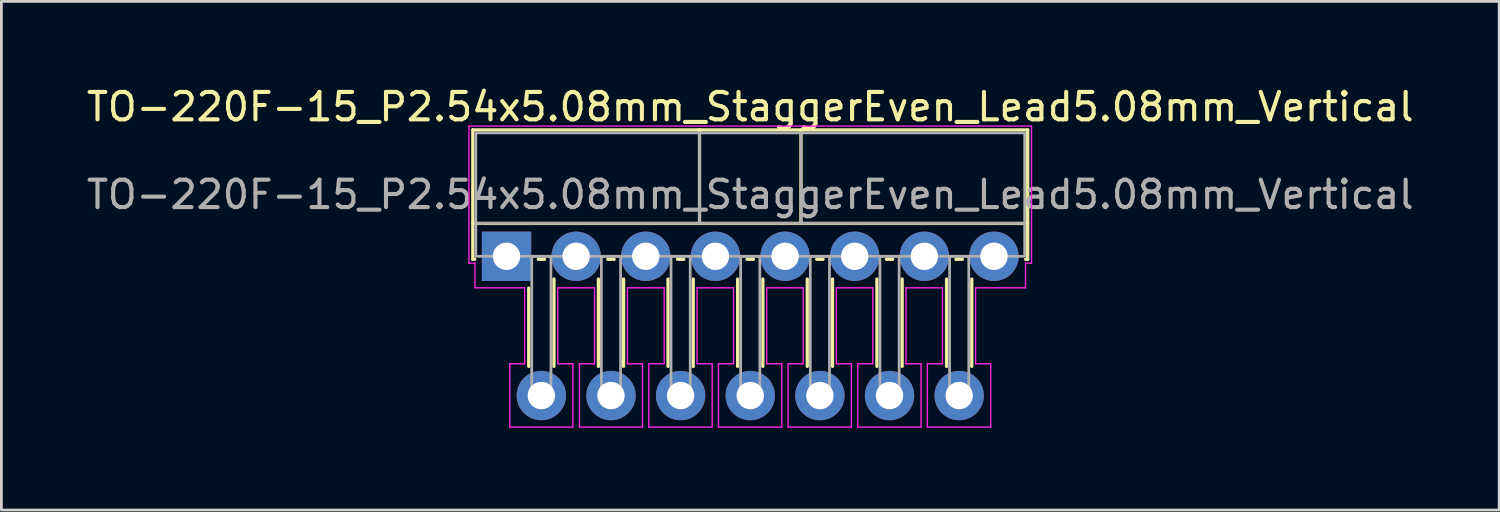
<source format=kicad_pcb>
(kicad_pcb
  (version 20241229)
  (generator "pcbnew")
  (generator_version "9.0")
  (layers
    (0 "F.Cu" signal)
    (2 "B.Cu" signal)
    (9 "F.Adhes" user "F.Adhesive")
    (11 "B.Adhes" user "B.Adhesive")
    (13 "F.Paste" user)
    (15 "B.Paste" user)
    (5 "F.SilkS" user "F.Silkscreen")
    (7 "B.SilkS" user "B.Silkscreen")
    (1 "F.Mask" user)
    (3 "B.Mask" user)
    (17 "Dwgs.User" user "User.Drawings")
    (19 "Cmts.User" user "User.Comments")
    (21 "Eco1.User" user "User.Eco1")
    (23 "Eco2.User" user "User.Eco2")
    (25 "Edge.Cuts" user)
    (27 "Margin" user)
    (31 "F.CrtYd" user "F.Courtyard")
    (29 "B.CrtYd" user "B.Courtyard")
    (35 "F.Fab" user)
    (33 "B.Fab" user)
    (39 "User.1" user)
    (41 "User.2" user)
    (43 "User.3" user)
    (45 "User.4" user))
  (footprint "TO-220F-15_P2.54x5.08mm_StaggerEven_Lead5.08mm_Vertical"
    (layer "F.Cu")
    (at 15.425 6.298)
    (property "Reference" "TO-220F-15_P2.54x5.08mm_StaggerEven_Lead5.08mm_Vertical" (at 8.89 -5.45 0) (layer "F.SilkS") (effects (font (size 1 1) (thickness 0.15))))
    (attr through_hole)
    (fp_line (start -1.23 -4.61) (end 19.01 -4.61) (stroke (width 0.12) (type solid)) (layer "F.SilkS"))
    (fp_line (start -1.23 -1.2) (end 19.01 -1.2) (stroke (width 0.12) (type solid)) (layer "F.SilkS"))
    (fp_line (start -1.23 0.11) (end -1.23 -4.61) (stroke (width 0.12) (type solid)) (layer "F.SilkS"))
    (fp_line (start -1.16 0.11) (end -1.23 0.11) (stroke (width 0.12) (type solid)) (layer "F.SilkS"))
    (fp_line (start 0.81 1.16) (end 0.81 4.015) (stroke (width 0.12) (type solid)) (layer "F.SilkS"))
    (fp_line (start 1.385 0.11) (end 1.16 0.11) (stroke (width 0.12) (type solid)) (layer "F.SilkS"))
    (fp_line (start 1.73 0.83) (end 1.73 4.015) (stroke (width 0.12) (type solid)) (layer "F.SilkS"))
    (fp_line (start 3.35 0.83) (end 3.35 4.015) (stroke (width 0.12) (type solid)) (layer "F.SilkS"))
    (fp_line (start 3.925 0.11) (end 3.695 0.11) (stroke (width 0.12) (type solid)) (layer "F.SilkS"))
    (fp_line (start 4.27 0.83) (end 4.27 4.015) (stroke (width 0.12) (type solid)) (layer "F.SilkS"))
    (fp_line (start 5.89 0.83) (end 5.89 4.015) (stroke (width 0.12) (type solid)) (layer "F.SilkS"))
    (fp_line (start 6.465 0.11) (end 6.235 0.11) (stroke (width 0.12) (type solid)) (layer "F.SilkS"))
    (fp_line (start 6.81 0.83) (end 6.81 4.015) (stroke (width 0.12) (type solid)) (layer "F.SilkS"))
    (fp_line (start 7.04 -4.61) (end 7.04 -1.2) (stroke (width 0.12) (type solid)) (layer "F.SilkS"))
    (fp_line (start 8.43 0.83) (end 8.43 4.015) (stroke (width 0.12) (type solid)) (layer "F.SilkS"))
    (fp_line (start 9.005 0.11) (end 8.775 0.11) (stroke (width 0.12) (type solid)) (layer "F.SilkS"))
    (fp_line (start 9.35 0.83) (end 9.35 4.015) (stroke (width 0.12) (type solid)) (layer "F.SilkS"))
    (fp_line (start 10.74 -4.61) (end 10.74 -1.2) (stroke (width 0.12) (type solid)) (layer "F.SilkS"))
    (fp_line (start 10.97 0.83) (end 10.97 4.015) (stroke (width 0.12) (type solid)) (layer "F.SilkS"))
    (fp_line (start 11.545 0.11) (end 11.315 0.11) (stroke (width 0.12) (type solid)) (layer "F.SilkS"))
    (fp_line (start 11.89 0.83) (end 11.89 4.015) (stroke (width 0.12) (type solid)) (layer "F.SilkS"))
    (fp_line (start 13.51 0.83) (end 13.51 4.015) (stroke (width 0.12) (type solid)) (layer "F.SilkS"))
    (fp_line (start 14.085 0.11) (end 13.855 0.11) (stroke (width 0.12) (type solid)) (layer "F.SilkS"))
    (fp_line (start 14.43 0.83) (end 14.43 4.015) (stroke (width 0.12) (type solid)) (layer "F.SilkS"))
    (fp_line (start 16.05 0.83) (end 16.05 4.015) (stroke (width 0.12) (type solid)) (layer "F.SilkS"))
    (fp_line (start 16.625 0.11) (end 16.395 0.11) (stroke (width 0.12) (type solid)) (layer "F.SilkS"))
    (fp_line (start 16.97 0.83) (end 16.97 4.015) (stroke (width 0.12) (type solid)) (layer "F.SilkS"))
    (fp_line (start 19.01 -4.61) (end 19.01 0.11) (stroke (width 0.12) (type solid)) (layer "F.SilkS"))
    (fp_line (start 19.01 0.11) (end 18.935 0.11) (stroke (width 0.12) (type solid)) (layer "F.SilkS"))
    (fp_line (start -1.37 -4.75) (end 19.15 -4.75) (stroke (width 0.05) (type solid)) (layer "F.CrtYd"))
    (fp_line (start -1.37 0.25) (end -1.37 -4.75) (stroke (width 0.05) (type solid)) (layer "F.CrtYd"))
    (fp_line (start -1.15 0.25) (end -1.37 0.25) (stroke (width 0.05) (type solid)) (layer "F.CrtYd"))
    (fp_line (start -1.15 1.15) (end -1.15 0.25) (stroke (width 0.05) (type solid)) (layer "F.CrtYd"))
    (fp_line (start 0.12 3.92) (end 0.66 3.92) (stroke (width 0.05) (type solid)) (layer "F.CrtYd"))
    (fp_line (start 0.12 6.23) (end 0.12 3.92) (stroke (width 0.05) (type solid)) (layer "F.CrtYd"))
    (fp_line (start 0.66 1.15) (end -1.15 1.15) (stroke (width 0.05) (type solid)) (layer "F.CrtYd"))
    (fp_line (start 0.66 3.92) (end 0.66 1.15) (stroke (width 0.05) (type solid)) (layer "F.CrtYd"))
    (fp_line (start 1.87 1.15) (end 1.87 3.92) (stroke (width 0.05) (type solid)) (layer "F.CrtYd"))
    (fp_line (start 1.87 3.92) (end 2.42 3.92) (stroke (width 0.05) (type solid)) (layer "F.CrtYd"))
    (fp_line (start 2.42 3.92) (end 2.42 6.23) (stroke (width 0.05) (type solid)) (layer "F.CrtYd"))
    (fp_line (start 2.42 6.23) (end 0.12 6.23) (stroke (width 0.05) (type solid)) (layer "F.CrtYd"))
    (fp_line (start 2.66 3.92) (end 3.21 3.92) (stroke (width 0.05) (type solid)) (layer "F.CrtYd"))
    (fp_line (start 2.66 6.23) (end 2.66 3.92) (stroke (width 0.05) (type solid)) (layer "F.CrtYd"))
    (fp_line (start 3.21 1.15) (end 1.87 1.15) (stroke (width 0.05) (type solid)) (layer "F.CrtYd"))
    (fp_line (start 3.21 3.92) (end 3.21 1.15) (stroke (width 0.05) (type solid)) (layer "F.CrtYd"))
    (fp_line (start 4.41 1.15) (end 4.41 3.92) (stroke (width 0.05) (type solid)) (layer "F.CrtYd"))
    (fp_line (start 4.41 3.92) (end 4.96 3.92) (stroke (width 0.05) (type solid)) (layer "F.CrtYd"))
    (fp_line (start 4.96 3.92) (end 4.96 6.23) (stroke (width 0.05) (type solid)) (layer "F.CrtYd"))
    (fp_line (start 4.96 6.23) (end 2.66 6.23) (stroke (width 0.05) (type solid)) (layer "F.CrtYd"))
    (fp_line (start 5.19 3.92) (end 5.75 3.92) (stroke (width 0.05) (type solid)) (layer "F.CrtYd"))
    (fp_line (start 5.19 6.23) (end 5.19 3.92) (stroke (width 0.05) (type solid)) (layer "F.CrtYd"))
    (fp_line (start 5.75 1.15) (end 4.41 1.15) (stroke (width 0.05) (type solid)) (layer "F.CrtYd"))
    (fp_line (start 5.75 3.92) (end 5.75 1.15) (stroke (width 0.05) (type solid)) (layer "F.CrtYd"))
    (fp_line (start 6.95 1.15) (end 6.95 3.92) (stroke (width 0.05) (type solid)) (layer "F.CrtYd"))
    (fp_line (start 6.95 3.92) (end 7.5 3.92) (stroke (width 0.05) (type solid)) (layer "F.CrtYd"))
    (fp_line (start 7.5 3.92) (end 7.5 6.23) (stroke (width 0.05) (type solid)) (layer "F.CrtYd"))
    (fp_line (start 7.5 6.23) (end 5.19 6.23) (stroke (width 0.05) (type solid)) (layer "F.CrtYd"))
    (fp_line (start 7.73 3.92) (end 8.28 3.92) (stroke (width 0.05) (type solid)) (layer "F.CrtYd"))
    (fp_line (start 7.73 6.23) (end 7.73 3.92) (stroke (width 0.05) (type solid)) (layer "F.CrtYd"))
    (fp_line (start 8.28 1.15) (end 6.95 1.15) (stroke (width 0.05) (type solid)) (layer "F.CrtYd"))
    (fp_line (start 8.28 3.92) (end 8.28 1.15) (stroke (width 0.05) (type solid)) (layer "F.CrtYd"))
    (fp_line (start 9.49 1.15) (end 9.49 3.92) (stroke (width 0.05) (type solid)) (layer "F.CrtYd"))
    (fp_line (start 9.49 3.92) (end 10.04 3.92) (stroke (width 0.05) (type solid)) (layer "F.CrtYd"))
    (fp_line (start 10.04 3.92) (end 10.04 6.23) (stroke (width 0.05) (type solid)) (layer "F.CrtYd"))
    (fp_line (start 10.04 6.23) (end 7.73 6.23) (stroke (width 0.05) (type solid)) (layer "F.CrtYd"))
    (fp_line (start 10.27 3.92) (end 10.82 3.92) (stroke (width 0.05) (type solid)) (layer "F.CrtYd"))
    (fp_line (start 10.27 6.23) (end 10.27 3.92) (stroke (width 0.05) (type solid)) (layer "F.CrtYd"))
    (fp_line (start 10.82 1.15) (end 9.49 1.15) (stroke (width 0.05) (type solid)) (layer "F.CrtYd"))
    (fp_line (start 10.82 3.92) (end 10.82 1.15) (stroke (width 0.05) (type solid)) (layer "F.CrtYd"))
    (fp_line (start 12.03 1.15) (end 12.03 3.92) (stroke (width 0.05) (type solid)) (layer "F.CrtYd"))
    (fp_line (start 12.03 3.92) (end 12.58 3.92) (stroke (width 0.05) (type solid)) (layer "F.CrtYd"))
    (fp_line (start 12.58 3.92) (end 12.58 6.23) (stroke (width 0.05) (type solid)) (layer "F.CrtYd"))
    (fp_line (start 12.58 6.23) (end 10.27 6.23) (stroke (width 0.05) (type solid)) (layer "F.CrtYd"))
    (fp_line (start 12.81 3.92) (end 13.36 3.92) (stroke (width 0.05) (type solid)) (layer "F.CrtYd"))
    (fp_line (start 12.81 6.23) (end 12.81 3.92) (stroke (width 0.05) (type solid)) (layer "F.CrtYd"))
    (fp_line (start 13.36 1.15) (end 12.03 1.15) (stroke (width 0.05) (type solid)) (layer "F.CrtYd"))
    (fp_line (start 13.36 3.92) (end 13.36 1.15) (stroke (width 0.05) (type solid)) (layer "F.CrtYd"))
    (fp_line (start 14.57 1.15) (end 14.57 3.92) (stroke (width 0.05) (type solid)) (layer "F.CrtYd"))
    (fp_line (start 14.57 3.92) (end 15.12 3.92) (stroke (width 0.05) (type solid)) (layer "F.CrtYd"))
    (fp_line (start 15.12 3.92) (end 15.12 6.23) (stroke (width 0.05) (type solid)) (layer "F.CrtYd"))
    (fp_line (start 15.12 6.23) (end 12.81 6.23) (stroke (width 0.05) (type solid)) (layer "F.CrtYd"))
    (fp_line (start 15.35 3.92) (end 15.9 3.92) (stroke (width 0.05) (type solid)) (layer "F.CrtYd"))
    (fp_line (start 15.35 6.23) (end 15.35 3.92) (stroke (width 0.05) (type solid)) (layer "F.CrtYd"))
    (fp_line (start 15.9 1.15) (end 14.57 1.15) (stroke (width 0.05) (type solid)) (layer "F.CrtYd"))
    (fp_line (start 15.9 3.92) (end 15.9 1.15) (stroke (width 0.05) (type solid)) (layer "F.CrtYd"))
    (fp_line (start 17.11 1.15) (end 17.11 3.92) (stroke (width 0.05) (type solid)) (layer "F.CrtYd"))
    (fp_line (start 17.11 3.92) (end 17.66 3.92) (stroke (width 0.05) (type solid)) (layer "F.CrtYd"))
    (fp_line (start 17.66 3.92) (end 17.66 6.23) (stroke (width 0.05) (type solid)) (layer "F.CrtYd"))
    (fp_line (start 17.66 6.23) (end 15.35 6.23) (stroke (width 0.05) (type solid)) (layer "F.CrtYd"))
    (fp_line (start 18.93 0.25) (end 18.93 1.15) (stroke (width 0.05) (type solid)) (layer "F.CrtYd"))
    (fp_line (start 18.93 1.15) (end 17.11 1.15) (stroke (width 0.05) (type solid)) (layer "F.CrtYd"))
    (fp_line (start 19.15 -4.75) (end 19.15 0.25) (stroke (width 0.05) (type solid)) (layer "F.CrtYd"))
    (fp_line (start 19.15 0.25) (end 18.93 0.25) (stroke (width 0.05) (type solid)) (layer "F.CrtYd"))
    (fp_line (start -1.12 -1.2) (end 18.9 -1.2) (stroke (width 0.1) (type solid)) (layer "F.Fab"))
    (fp_line (start 7.04 -4.5) (end 7.04 -1.2) (stroke (width 0.1) (type solid)) (layer "F.Fab"))
    (fp_line (start 10.74 -4.5) (end 10.74 -1.2) (stroke (width 0.1) (type solid)) (layer "F.Fab"))
    (fp_rect (start -1.12 -4.5) (end 18.9 0) (stroke (width 0.1) (type solid)) (fill no) (layer "F.Fab"))
    (fp_rect (start 0.92 0) (end 1.62 5.08) (stroke (width 0.1) (type solid)) (fill no) (layer "F.Fab"))
    (fp_rect (start 3.46 0) (end 4.16 5.08) (stroke (width 0.1) (type solid)) (fill no) (layer "F.Fab"))
    (fp_rect (start 6 0) (end 6.7 5.08) (stroke (width 0.1) (type solid)) (fill no) (layer "F.Fab"))
    (fp_rect (start 8.54 0) (end 9.24 5.08) (stroke (width 0.1) (type solid)) (fill no) (layer "F.Fab"))
    (fp_rect (start 11.08 0) (end 11.78 5.08) (stroke (width 0.1) (type solid)) (fill no) (layer "F.Fab"))
    (fp_rect (start 13.62 0) (end 14.32 5.08) (stroke (width 0.1) (type solid)) (fill no) (layer "F.Fab"))
    (fp_rect (start 16.16 0) (end 16.86 5.08) (stroke (width 0.1) (type solid)) (fill no) (layer "F.Fab"))
    (fp_text user "${REFERENCE}" (at 8.89 -2.25 0) (layer "F.Fab") (effects (font (size 1 1) (thickness 0.15))))
    (pad "1" thru_hole rect (at 0 0) (size 1.8 1.8) (drill 1) (layers "*.Cu" "*.Mask"))
    (pad "2" thru_hole circle (at 1.27 5.08) (size 1.8 1.8) (drill 1) (layers "*.Cu" "*.Mask"))
    (pad "3" thru_hole circle (at 2.54 0) (size 1.8 1.8) (drill 1) (layers "*.Cu" "*.Mask"))
    (pad "4" thru_hole circle (at 3.81 5.08) (size 1.8 1.8) (drill 1) (layers "*.Cu" "*.Mask"))
    (pad "5" thru_hole circle (at 5.08 0) (size 1.8 1.8) (drill 1) (layers "*.Cu" "*.Mask"))
    (pad "6" thru_hole circle (at 6.35 5.08) (size 1.8 1.8) (drill 1) (layers "*.Cu" "*.Mask"))
    (pad "7" thru_hole circle (at 7.62 0) (size 1.8 1.8) (drill 1) (layers "*.Cu" "*.Mask"))
    (pad "8" thru_hole circle (at 8.89 5.08) (size 1.8 1.8) (drill 1) (layers "*.Cu" "*.Mask"))
    (pad "9" thru_hole circle (at 10.16 0) (size 1.8 1.8) (drill 1) (layers "*.Cu" "*.Mask"))
    (pad "10" thru_hole circle (at 11.43 5.08) (size 1.8 1.8) (drill 1) (layers "*.Cu" "*.Mask"))
    (pad "11" thru_hole circle (at 12.7 0) (size 1.8 1.8) (drill 1) (layers "*.Cu" "*.Mask"))
    (pad "12" thru_hole circle (at 13.97 5.08) (size 1.8 1.8) (drill 1) (layers "*.Cu" "*.Mask"))
    (pad "13" thru_hole circle (at 15.24 0) (size 1.8 1.8) (drill 1) (layers "*.Cu" "*.Mask"))
    (pad "14" thru_hole circle (at 16.51 5.08) (size 1.8 1.8) (drill 1) (layers "*.Cu" "*.Mask"))
    (pad "15" thru_hole circle (at 17.78 0) (size 1.8 1.8) (drill 1) (layers "*.Cu" "*.Mask")))
  (gr_rect
    (start -3 -3)
    (end 51.631 15.553)
    (stroke (width 0.1) (type default))
    (fill no)
    (layer "Edge.Cuts")))
</source>
